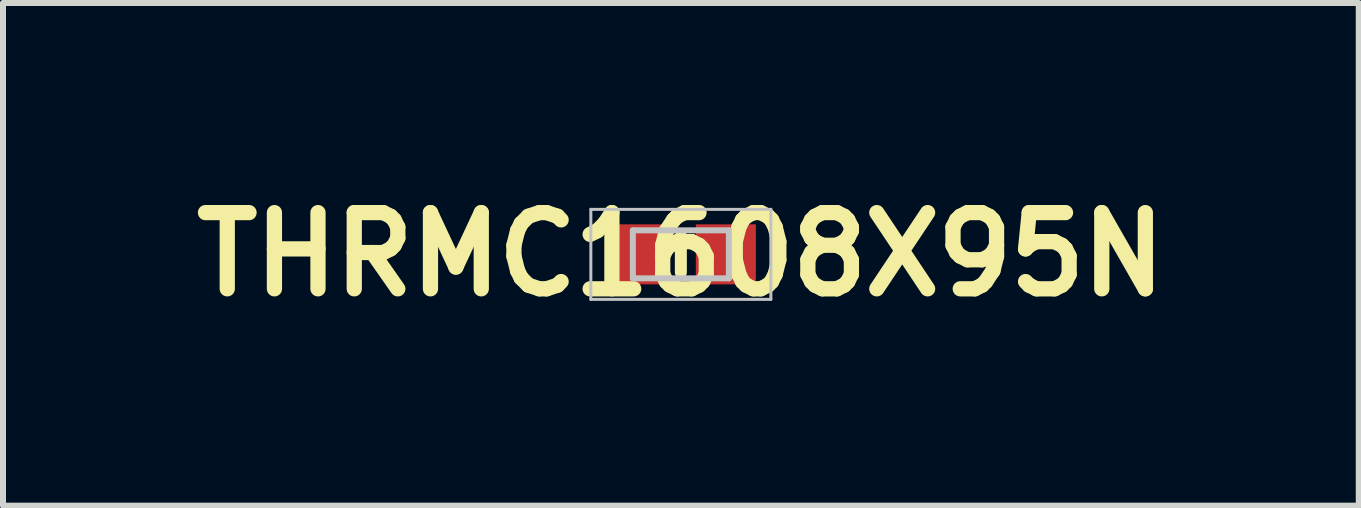
<source format=kicad_pcb>
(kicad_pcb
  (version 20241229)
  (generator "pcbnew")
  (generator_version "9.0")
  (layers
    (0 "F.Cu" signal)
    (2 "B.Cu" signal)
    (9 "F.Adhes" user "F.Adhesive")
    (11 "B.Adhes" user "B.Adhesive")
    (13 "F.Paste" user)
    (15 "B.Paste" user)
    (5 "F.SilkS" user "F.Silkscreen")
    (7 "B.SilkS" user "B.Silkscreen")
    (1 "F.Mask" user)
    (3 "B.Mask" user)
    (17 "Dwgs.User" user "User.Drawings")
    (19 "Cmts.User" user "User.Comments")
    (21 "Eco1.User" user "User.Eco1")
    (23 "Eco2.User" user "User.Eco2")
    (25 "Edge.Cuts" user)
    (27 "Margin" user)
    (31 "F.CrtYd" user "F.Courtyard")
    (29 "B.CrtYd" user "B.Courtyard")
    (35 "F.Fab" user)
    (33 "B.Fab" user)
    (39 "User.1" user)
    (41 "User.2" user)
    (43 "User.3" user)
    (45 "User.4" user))
  (footprint "THRMC1608X95N"
    (layer "F.Cu")
    (at 8.297 1.189)
    (property "Reference" "THRMC1608X95N" (at 0 0 0) (layer "F.SilkS") (effects (font (size 1.27 1.27) (thickness 0.254))))
    (attr smd)
    (fp_line (start 0 -0.3) (end 0 0.3) (stroke (width 0.2) (type solid)) (layer "F.SilkS"))
    (fp_line (start -1.5 -0.75) (end 1.5 -0.75) (stroke (width 0.05) (type solid)) (layer "Dwgs.User"))
    (fp_line (start -1.5 0.75) (end -1.5 -0.75) (stroke (width 0.05) (type solid)) (layer "Dwgs.User"))
    (fp_line (start -0.8 -0.4) (end 0.8 -0.4) (stroke (width 0.1) (type solid)) (layer "Dwgs.User"))
    (fp_line (start -0.8 0.4) (end -0.8 -0.4) (stroke (width 0.1) (type solid)) (layer "Dwgs.User"))
    (fp_line (start 0.8 -0.4) (end 0.8 0.4) (stroke (width 0.1) (type solid)) (layer "Dwgs.User"))
    (fp_line (start 0.8 0.4) (end -0.8 0.4) (stroke (width 0.1) (type solid)) (layer "Dwgs.User"))
    (fp_line (start 1.5 -0.75) (end 1.5 0.75) (stroke (width 0.05) (type solid)) (layer "Dwgs.User"))
    (fp_line (start 1.5 0.75) (end -1.5 0.75) (stroke (width 0.05) (type solid)) (layer "Dwgs.User"))
    (pad "1" smd rect (at -0.75 0 90) (size 1 1) (layers "F.Cu" "F.Mask" "F.Paste"))
    (pad "2" smd rect (at 0.75 0 90) (size 1 1) (layers "F.Cu" "F.Mask" "F.Paste")))
  (gr_rect
    (start -3 -3)
    (end 19.595 5.377)
    (stroke (width 0.1) (type default))
    (fill no)
    (layer "Edge.Cuts")))
</source>
